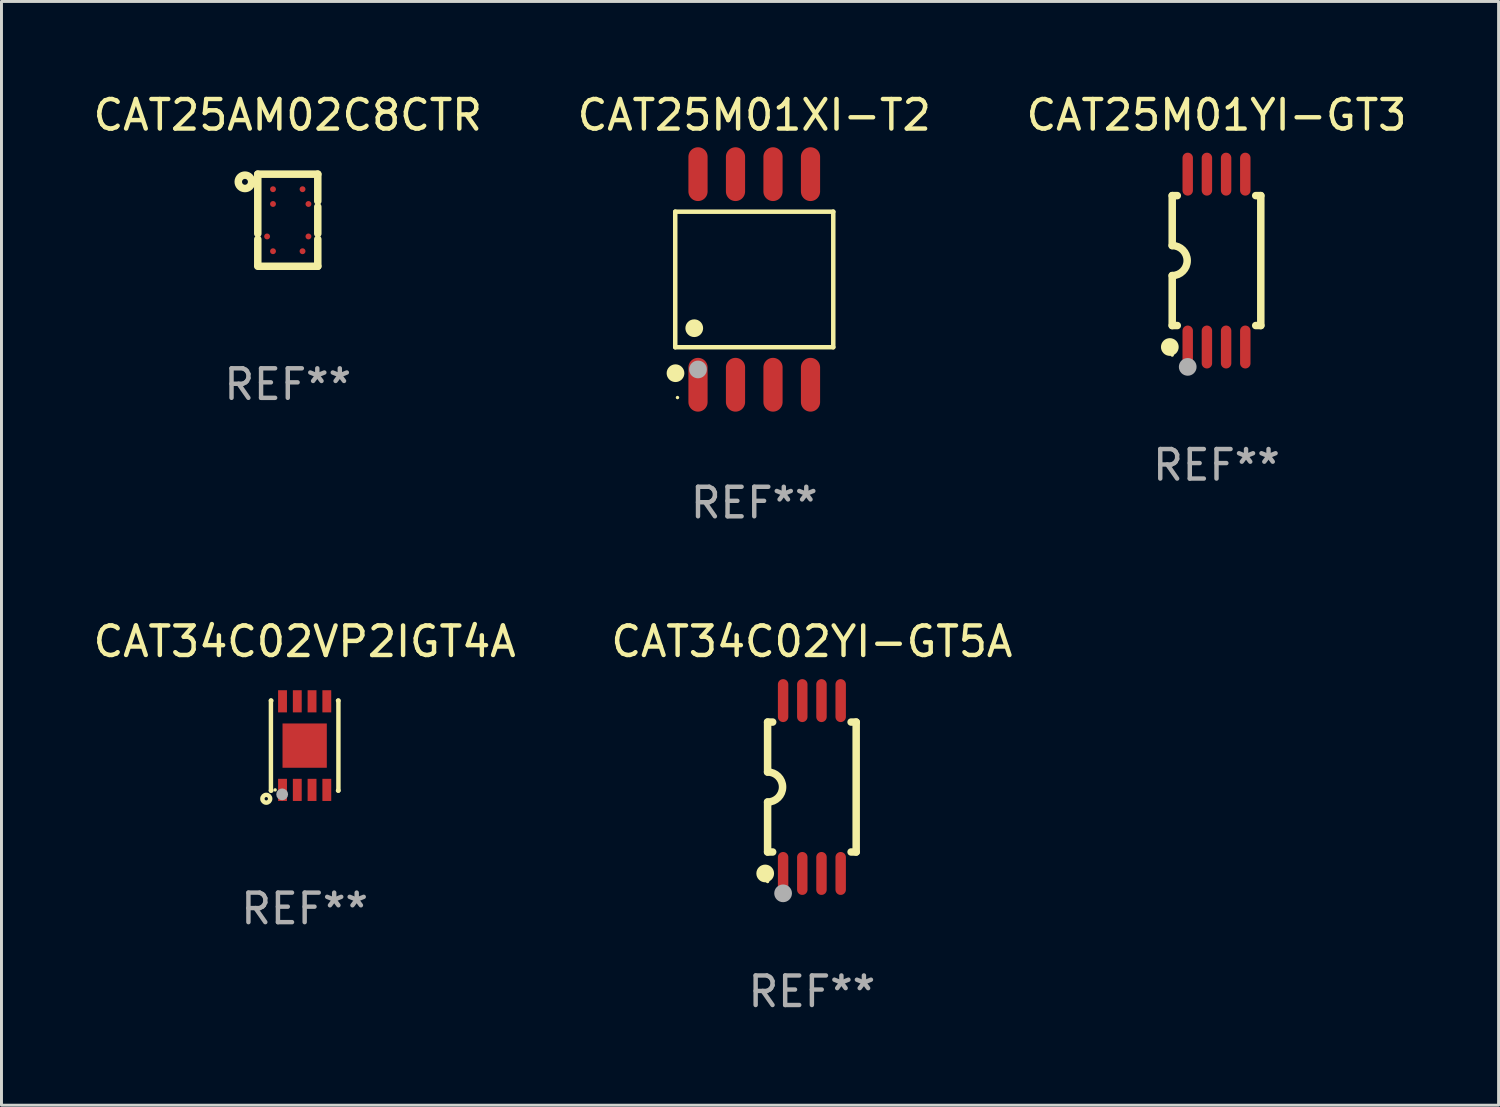
<source format=kicad_pcb>
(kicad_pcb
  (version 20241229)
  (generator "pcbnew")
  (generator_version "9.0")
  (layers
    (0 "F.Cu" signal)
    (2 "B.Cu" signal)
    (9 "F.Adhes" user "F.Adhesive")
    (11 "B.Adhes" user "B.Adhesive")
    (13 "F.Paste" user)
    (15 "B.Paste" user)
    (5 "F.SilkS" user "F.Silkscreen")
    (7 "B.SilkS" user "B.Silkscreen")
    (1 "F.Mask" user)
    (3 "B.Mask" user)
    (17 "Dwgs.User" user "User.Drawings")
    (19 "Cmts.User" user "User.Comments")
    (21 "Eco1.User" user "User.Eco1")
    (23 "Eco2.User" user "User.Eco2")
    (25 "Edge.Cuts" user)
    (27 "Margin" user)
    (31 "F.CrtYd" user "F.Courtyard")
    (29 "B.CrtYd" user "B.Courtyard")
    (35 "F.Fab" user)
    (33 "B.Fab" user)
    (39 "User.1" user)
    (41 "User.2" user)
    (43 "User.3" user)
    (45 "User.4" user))
  (footprint "CAT25M01YI-GT3"
    (layer "F.Cu")
    (at 38.149 5.775)
    (property "Reference" "CAT25M01YI-GT3" (at 0 -4.927 0) (layer "F.SilkS") (effects (font (size 1 1) (thickness 0.15))))
    (attr through_hole)
    (fp_line (start -1.5 -2.2) (end -1.5 -0.508) (stroke (width 0.254) (type solid)) (layer "F.SilkS"))
    (fp_line (start -1.5 -2.2) (end -1.328 -2.2) (stroke (width 0.254) (type solid)) (layer "F.SilkS"))
    (fp_line (start -1.5 2.2) (end -1.5 0.508) (stroke (width 0.254) (type solid)) (layer "F.SilkS"))
    (fp_line (start -1.5 2.2) (end -1.328 2.2) (stroke (width 0.254) (type solid)) (layer "F.SilkS"))
    (fp_line (start 1.328 -2.2) (end 1.5 -2.2) (stroke (width 0.254) (type solid)) (layer "F.SilkS"))
    (fp_line (start 1.328 2.2) (end 1.5 2.2) (stroke (width 0.254) (type solid)) (layer "F.SilkS"))
    (fp_line (start 1.5 -2.2) (end 1.5 2.2) (stroke (width 0.254) (type solid)) (layer "F.SilkS"))
    (fp_arc (start -1.501144 -0.508) (mid -0.993143 -0.000571) (end -1.5 0.508001) (stroke (width 0.254001) (type solid)) (layer "F.SilkS"))
    (fp_circle (center -1.581 2.927) (end -1.431 2.927) (stroke (width 0.3) (type solid)) (fill no) (layer "F.SilkS"))
    (fp_circle (center -1.5 3.2) (end -1.47 3.2) (stroke (width 0.06) (type solid)) (fill no) (layer "F.SilkS"))
    (fp_circle (center -0.975 3.6) (end -0.825 3.6) (stroke (width 0.3) (type solid)) (fill no) (layer "F.Fab"))
    (fp_text user "REF**" (at 0 6.927 0) (layer "F.Fab") (effects (font (size 1 1) (thickness 0.15))))
    (pad "1" smd oval (at -0.975 2.927) (size 0.353 1.454) (layers "F.Cu" "F.Mask" "F.Paste"))
    (pad "2" smd oval (at -0.325 2.927) (size 0.353 1.454) (layers "F.Cu" "F.Mask" "F.Paste"))
    (pad "3" smd oval (at 0.325 2.927) (size 0.353 1.454) (layers "F.Cu" "F.Mask" "F.Paste"))
    (pad "4" smd oval (at 0.975 2.927) (size 0.353 1.454) (layers "F.Cu" "F.Mask" "F.Paste"))
    (pad "5" smd oval (at 0.975 -2.927) (size 0.353 1.454) (layers "F.Cu" "F.Mask" "F.Paste"))
    (pad "6" smd oval (at 0.325 -2.927) (size 0.353 1.454) (layers "F.Cu" "F.Mask" "F.Paste"))
    (pad "7" smd oval (at -0.325 -2.927) (size 0.353 1.454) (layers "F.Cu" "F.Mask" "F.Paste"))
    (pad "8" smd oval (at -0.975 -2.927) (size 0.353 1.454) (layers "F.Cu" "F.Mask" "F.Paste")))
  (footprint "CAT25AM02C8CTR"
    (layer "F.Cu")
    (at 6.696 4.408)
    (property "Reference" "CAT25AM02C8CTR" (at 0 -3.56 0) (layer "F.SilkS") (effects (font (size 1 1) (thickness 0.15))))
    (attr through_hole)
    (fp_line (start -1.016 -1.56) (end -1.016 0.457) (stroke (width 0.254) (type solid)) (layer "F.SilkS"))
    (fp_line (start -1.016 0.643) (end -1.016 1.524) (stroke (width 0.254) (type solid)) (layer "F.SilkS"))
    (fp_line (start 1.016 -1.56) (end -1.016 -1.56) (stroke (width 0.254) (type solid)) (layer "F.SilkS"))
    (fp_line (start 1.016 -1.56) (end 1.016 -0.643) (stroke (width 0.254) (type solid)) (layer "F.SilkS"))
    (fp_line (start 1.016 -0.457) (end 1.016 0.457) (stroke (width 0.254) (type solid)) (layer "F.SilkS"))
    (fp_line (start 1.016 0.643) (end 1.016 1.56) (stroke (width 0.254) (type solid)) (layer "F.SilkS"))
    (fp_line (start 1.016 1.56) (end -1.016 1.56) (stroke (width 0.254) (type solid)) (layer "F.SilkS"))
    (fp_circle (center -1.45 -1.3) (end -1.35 -1.3) (stroke (width 0.254) (type solid)) (fill no) (layer "F.SilkS"))
    (fp_text user "REF**" (at 0 5.56 0) (layer "F.Fab") (effects (font (size 1 1) (thickness 0.15))))
    (pad "A2" smd circle (at -0.5 -1.05) (size 0.2 0.2) (layers "F.Cu" "F.Mask" "F.Paste"))
    (pad "A3" smd circle (at 0.5 -1.05) (size 0.2 0.2) (layers "F.Cu" "F.Mask" "F.Paste"))
    (pad "B2" smd circle (at -0.5 -0.55) (size 0.2 0.2) (layers "F.Cu" "F.Mask" "F.Paste"))
    (pad "B4" smd circle (at 0.7 -0.55) (size 0.2 0.2) (layers "F.Cu" "F.Mask" "F.Paste"))
    (pad "C1" smd circle (at -0.7 0.55) (size 0.2 0.2) (layers "F.Cu" "F.Mask" "F.Paste"))
    (pad "C4" smd circle (at 0.7 0.55) (size 0.2 0.2) (layers "F.Cu" "F.Mask" "F.Paste"))
    (pad "D2" smd circle (at -0.5 1.05) (size 0.2 0.2) (layers "F.Cu" "F.Mask" "F.Paste"))
    (pad "D3" smd circle (at 0.5 1.05) (size 0.2 0.2) (layers "F.Cu" "F.Mask" "F.Paste")))
  (footprint "CAT25M01XI-T2"
    (layer "F.Cu")
    (at 22.494 6.414)
    (property "Reference" "CAT25M01XI-T2" (at 0 -5.566 0) (layer "F.SilkS") (effects (font (size 1 1) (thickness 0.15))))
    (attr through_hole)
    (fp_line (start -2.676 -2.295) (end 2.676 -2.295) (stroke (width 0.152) (type solid)) (layer "F.SilkS"))
    (fp_line (start -2.676 2.295) (end -2.676 -2.295) (stroke (width 0.152) (type solid)) (layer "F.SilkS"))
    (fp_line (start 2.676 -2.295) (end 2.676 2.295) (stroke (width 0.152) (type solid)) (layer "F.SilkS"))
    (fp_line (start 2.676 2.295) (end -2.676 2.295) (stroke (width 0.152) (type solid)) (layer "F.SilkS"))
    (fp_circle (center -2.667 3.175) (end -2.517 3.175) (stroke (width 0.3) (type solid)) (fill no) (layer "F.SilkS"))
    (fp_circle (center -2.6 4) (end -2.57 4) (stroke (width 0.06) (type solid)) (fill no) (layer "F.SilkS"))
    (fp_circle (center -2.032 1.651) (end -1.882 1.651) (stroke (width 0.3) (type solid)) (fill no) (layer "F.SilkS"))
    (fp_circle (center -1.905 3.048) (end -1.755 3.048) (stroke (width 0.3) (type solid)) (fill no) (layer "F.Fab"))
    (fp_text user "REF**" (at 0 7.566 0) (layer "F.Fab") (effects (font (size 1 1) (thickness 0.15))))
    (pad "1" smd oval (at -1.905 3.566) (size 0.65 1.822) (layers "F.Cu" "F.Mask" "F.Paste"))
    (pad "2" smd oval (at -0.635 3.566) (size 0.65 1.822) (layers "F.Cu" "F.Mask" "F.Paste"))
    (pad "3" smd oval (at 0.635 3.566) (size 0.65 1.822) (layers "F.Cu" "F.Mask" "F.Paste"))
    (pad "4" smd oval (at 1.905 3.566) (size 0.65 1.822) (layers "F.Cu" "F.Mask" "F.Paste"))
    (pad "5" smd oval (at 1.905 -3.566) (size 0.65 1.822) (layers "F.Cu" "F.Mask" "F.Paste"))
    (pad "6" smd oval (at 0.635 -3.566) (size 0.65 1.822) (layers "F.Cu" "F.Mask" "F.Paste"))
    (pad "7" smd oval (at -0.635 -3.566) (size 0.65 1.822) (layers "F.Cu" "F.Mask" "F.Paste"))
    (pad "8" smd oval (at -1.905 -3.566) (size 0.65 1.822) (layers "F.Cu" "F.Mask" "F.Paste")))
  (footprint "CAT34C02YI-GT5A"
    (layer "F.Cu")
    (at 24.446 23.604)
    (property "Reference" "CAT34C02YI-GT5A" (at 0 -4.927 0) (layer "F.SilkS") (effects (font (size 1 1) (thickness 0.15))))
    (attr through_hole)
    (fp_line (start -1.5 -2.2) (end -1.5 -0.508) (stroke (width 0.254) (type solid)) (layer "F.SilkS"))
    (fp_line (start -1.5 -2.2) (end -1.328 -2.2) (stroke (width 0.254) (type solid)) (layer "F.SilkS"))
    (fp_line (start -1.5 2.2) (end -1.5 0.508) (stroke (width 0.254) (type solid)) (layer "F.SilkS"))
    (fp_line (start -1.5 2.2) (end -1.328 2.2) (stroke (width 0.254) (type solid)) (layer "F.SilkS"))
    (fp_line (start 1.328 -2.2) (end 1.5 -2.2) (stroke (width 0.254) (type solid)) (layer "F.SilkS"))
    (fp_line (start 1.328 2.2) (end 1.5 2.2) (stroke (width 0.254) (type solid)) (layer "F.SilkS"))
    (fp_line (start 1.5 -2.2) (end 1.5 2.2) (stroke (width 0.254) (type solid)) (layer "F.SilkS"))
    (fp_arc (start -1.501144 -0.508) (mid -0.993143 -0.000571) (end -1.5 0.508001) (stroke (width 0.254001) (type solid)) (layer "F.SilkS"))
    (fp_circle (center -1.581 2.927) (end -1.431 2.927) (stroke (width 0.3) (type solid)) (fill no) (layer "F.SilkS"))
    (fp_circle (center -1.5 3.2) (end -1.47 3.2) (stroke (width 0.06) (type solid)) (fill no) (layer "F.SilkS"))
    (fp_circle (center -0.975 3.6) (end -0.825 3.6) (stroke (width 0.3) (type solid)) (fill no) (layer "F.Fab"))
    (fp_text user "REF**" (at 0 6.927 0) (layer "F.Fab") (effects (font (size 1 1) (thickness 0.15))))
    (pad "1" smd oval (at -0.975 2.927) (size 0.353 1.454) (layers "F.Cu" "F.Mask" "F.Paste"))
    (pad "2" smd oval (at -0.325 2.927) (size 0.353 1.454) (layers "F.Cu" "F.Mask" "F.Paste"))
    (pad "3" smd oval (at 0.325 2.927) (size 0.353 1.454) (layers "F.Cu" "F.Mask" "F.Paste"))
    (pad "4" smd oval (at 0.975 2.927) (size 0.353 1.454) (layers "F.Cu" "F.Mask" "F.Paste"))
    (pad "5" smd oval (at 0.975 -2.927) (size 0.353 1.454) (layers "F.Cu" "F.Mask" "F.Paste"))
    (pad "6" smd oval (at 0.325 -2.927) (size 0.353 1.454) (layers "F.Cu" "F.Mask" "F.Paste"))
    (pad "7" smd oval (at -0.325 -2.927) (size 0.353 1.454) (layers "F.Cu" "F.Mask" "F.Paste"))
    (pad "8" smd oval (at -0.975 -2.927) (size 0.353 1.454) (layers "F.Cu" "F.Mask" "F.Paste")))
  (footprint "CAT34C02VP2IGT4A"
    (layer "F.Cu")
    (at 7.268 22.201)
    (property "Reference" "CAT34C02VP2IGT4A" (at 0 -3.524 0) (layer "F.SilkS") (effects (font (size 1 1) (thickness 0.15))))
    (attr through_hole)
    (fp_line (start -1.143 -1.524) (end -1.143 1.524) (stroke (width 0.15) (type solid)) (layer "F.SilkS"))
    (fp_line (start -1.143 1.524) (end -1.129 1.524) (stroke (width 0.15) (type solid)) (layer "F.SilkS"))
    (fp_line (start -1.129 -1.524) (end -1.143 -1.524) (stroke (width 0.15) (type solid)) (layer "F.SilkS"))
    (fp_line (start 1.129 1.524) (end 1.143 1.524) (stroke (width 0.15) (type solid)) (layer "F.SilkS"))
    (fp_line (start 1.143 -1.524) (end 1.129 -1.524) (stroke (width 0.15) (type solid)) (layer "F.SilkS"))
    (fp_line (start 1.143 1.524) (end 1.143 -1.524) (stroke (width 0.15) (type solid)) (layer "F.SilkS"))
    (fp_circle (center -1.3 1.8) (end -1.243 1.8) (stroke (width 0.15) (type solid)) (fill no) (layer "F.SilkS"))
    (fp_circle (center -1 1.5) (end -0.97 1.5) (stroke (width 0.06) (type solid)) (fill no) (layer "F.SilkS"))
    (fp_circle (center -0.762 1.651) (end -0.662 1.651) (stroke (width 0.2) (type solid)) (fill no) (layer "F.Fab"))
    (fp_text user "REF**" (at 0 5.524 0) (layer "F.Fab") (effects (font (size 1 1) (thickness 0.15))))
    (pad "1" smd rect (at -0.75 1.5 90) (size 0.75 0.3) (layers "F.Cu" "F.Mask" "F.Paste"))
    (pad "2" smd rect (at -0.25 1.5 90) (size 0.75 0.3) (layers "F.Cu" "F.Mask" "F.Paste"))
    (pad "3" smd rect (at 0.25 1.5 90) (size 0.75 0.3) (layers "F.Cu" "F.Mask" "F.Paste"))
    (pad "4" smd rect (at 0.75 1.5 90) (size 0.75 0.3) (layers "F.Cu" "F.Mask" "F.Paste"))
    (pad "5" smd rect (at 0.75 -1.5 90) (size 0.75 0.3) (layers "F.Cu" "F.Mask" "F.Paste"))
    (pad "6" smd rect (at 0.25 -1.5 90) (size 0.75 0.3) (layers "F.Cu" "F.Mask" "F.Paste"))
    (pad "7" smd rect (at -0.25 -1.5 90) (size 0.75 0.3) (layers "F.Cu" "F.Mask" "F.Paste"))
    (pad "8" smd rect (at -0.75 -1.5 90) (size 0.75 0.3) (layers "F.Cu" "F.Mask" "F.Paste"))
    (pad "9" smd rect (at -0.000203 0.000457 90) (size 1.5 1.5) (layers "F.Cu" "F.Mask" "F.Paste")))
  (gr_rect
    (start -3 -3)
    (end 47.702 34.379)
    (stroke (width 0.1) (type default))
    (fill no)
    (layer "Edge.Cuts")))
</source>
